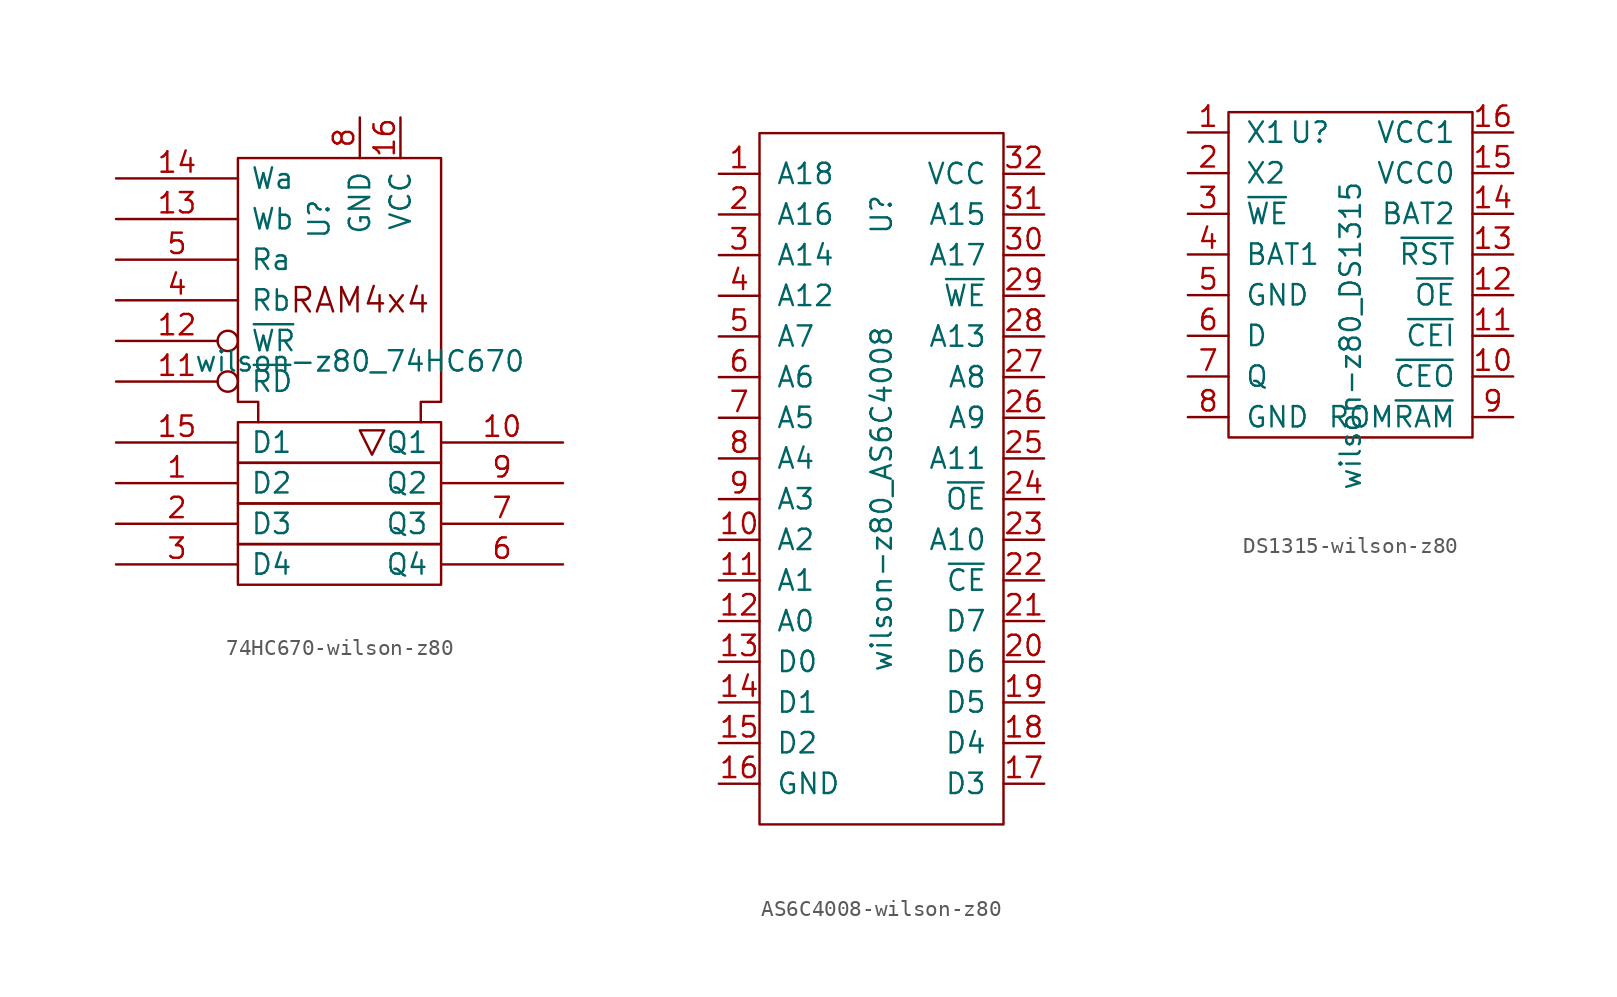
<source format=kicad_sym>
(kicad_symbol_lib
  (version 20220914)
  (generator kicad_symbol_editor)
  (symbol "74HC670-wilson-z80"
    (pin_names
      (offset 0.762))
    (property "Reference" "U"
      (at -1.27 10.16 90)
      (effects (font (size 1.27 1.27))))
    (property "Value" "wilson-z80_74HC670"
      (at 1.27 1.27 0)
      (effects (font (size 1.27 1.27))))
    (symbol "74HC670-wilson-z80_0_0"
      (rectangle (start -6.35 -10.16) (end 6.35 -12.7) (stroke (width 0) (type solid)) (fill (type none)))
      (rectangle (start -6.35 -7.62) (end 6.35 -10.16) (stroke (width 0) (type solid)) (fill (type none)))
      (rectangle (start -6.35 -5.08) (end 6.35 -7.62) (stroke (width 0) (type solid)) (fill (type none)))
      (polyline (pts (xy 2.794 -3.048) (xy 1.27 -3.048) (xy 2.032 -4.572) (xy 2.794 -3.048) (xy 2.794 -3.048)) (stroke (width 0) (type solid)) (fill (type none)))
      (polyline (pts (xy -5.08 -2.54) (xy -5.08 -1.27) (xy -6.35 -1.27) (xy -6.35 13.97) (xy 6.35 13.97) (xy 6.35 -1.27) (xy 5.08 -1.27) (xy 5.08 -2.54) (xy 5.08 -2.54)) (stroke (width 0) (type solid)) (fill (type none)))
      (text "RAM4x4" (at 1.27 5.08 0) (effects (font (size 1.524 1.524))))
      (pin power_in line (at 3.81 16.51 270) (length 2.54) (name "VCC" (effects (font (size 1.27 1.27)))) (number "16" (effects (font (size 1.27 1.27)))))
      (pin power_in line (at 1.27 16.51 270) (length 2.54) (name "GND" (effects (font (size 1.27 1.27)))) (number "8" (effects (font (size 1.27 1.27))))))
    (symbol "74HC670-wilson-z80_0_1"
      (rectangle (start -6.35 -2.54) (end 6.35 -5.08) (stroke (width 0) (type solid)) (fill (type none))))
    (symbol "74HC670-wilson-z80_1_1"
      (pin input line (at -13.97 -6.35 0) (length 7.62) (name "D2" (effects (font (size 1.27 1.27)))) (number "1" (effects (font (size 1.27 1.27)))))
      (pin tri_state line (at 13.97 -3.81 180) (length 7.62) (name "Q1" (effects (font (size 1.27 1.27)))) (number "10" (effects (font (size 1.27 1.27)))))
      (pin input inverted (at -13.97 0 0) (length 7.62) (name "~{RD}" (effects (font (size 1.27 1.27)))) (number "11" (effects (font (size 1.27 1.27)))))
      (pin input inverted (at -13.97 2.54 0) (length 7.62) (name "~{WR}" (effects (font (size 1.27 1.27)))) (number "12" (effects (font (size 1.27 1.27)))))
      (pin input line (at -13.97 10.16 0) (length 7.62) (name "Wb" (effects (font (size 1.27 1.27)))) (number "13" (effects (font (size 1.27 1.27)))))
      (pin input line (at -13.97 12.7 0) (length 7.62) (name "Wa" (effects (font (size 1.27 1.27)))) (number "14" (effects (font (size 1.27 1.27)))))
      (pin input line (at -13.97 -3.81 0) (length 7.62) (name "D1" (effects (font (size 1.27 1.27)))) (number "15" (effects (font (size 1.27 1.27)))))
      (pin input line (at -13.97 -8.89 0) (length 7.62) (name "D3" (effects (font (size 1.27 1.27)))) (number "2" (effects (font (size 1.27 1.27)))))
      (pin input line (at -13.97 -11.43 0) (length 7.62) (name "D4" (effects (font (size 1.27 1.27)))) (number "3" (effects (font (size 1.27 1.27)))))
      (pin input line (at -13.97 5.08 0) (length 7.62) (name "Rb" (effects (font (size 1.27 1.27)))) (number "4" (effects (font (size 1.27 1.27)))))
      (pin input line (at -13.97 7.62 0) (length 7.62) (name "Ra" (effects (font (size 1.27 1.27)))) (number "5" (effects (font (size 1.27 1.27)))))
      (pin tri_state line (at 13.97 -11.43 180) (length 7.62) (name "Q4" (effects (font (size 1.27 1.27)))) (number "6" (effects (font (size 1.27 1.27)))))
      (pin tri_state line (at 13.97 -8.89 180) (length 7.62) (name "Q3" (effects (font (size 1.27 1.27)))) (number "7" (effects (font (size 1.27 1.27)))))
      (pin tri_state line (at 13.97 -6.35 180) (length 7.62) (name "Q2" (effects (font (size 1.27 1.27)))) (number "9" (effects (font (size 1.27 1.27)))))))
  (symbol "AS6C4008-wilson-z80"
    (pin_names
      (offset 1.016))
    (property "Reference" "U"
      (at 0 17.78 90)
      (effects (font (size 1.27 1.27))))
    (property "Value" "wilson-z80_AS6C4008"
      (at 0 0 90)
      (effects (font (size 1.27 1.27))))
    (symbol "AS6C4008-wilson-z80_0_1"
      (rectangle (start -7.62 22.86) (end 7.62 -20.32) (stroke (width 0) (type solid)) (fill (type none))))
    (symbol "AS6C4008-wilson-z80_1_1"
      (pin input line (at -10.16 20.32 0) (length 2.54) (name "A18" (effects (font (size 1.27 1.27)))) (number "1" (effects (font (size 1.27 1.27)))))
      (pin input line (at -10.16 -2.54 0) (length 2.54) (name "A2" (effects (font (size 1.27 1.27)))) (number "10" (effects (font (size 1.27 1.27)))))
      (pin input line (at -10.16 -5.08 0) (length 2.54) (name "A1" (effects (font (size 1.27 1.27)))) (number "11" (effects (font (size 1.27 1.27)))))
      (pin input line (at -10.16 -7.62 0) (length 2.54) (name "A0" (effects (font (size 1.27 1.27)))) (number "12" (effects (font (size 1.27 1.27)))))
      (pin bidirectional line (at -10.16 -10.16 0) (length 2.54) (name "D0" (effects (font (size 1.27 1.27)))) (number "13" (effects (font (size 1.27 1.27)))))
      (pin bidirectional line (at -10.16 -12.7 0) (length 2.54) (name "D1" (effects (font (size 1.27 1.27)))) (number "14" (effects (font (size 1.27 1.27)))))
      (pin bidirectional line (at -10.16 -15.24 0) (length 2.54) (name "D2" (effects (font (size 1.27 1.27)))) (number "15" (effects (font (size 1.27 1.27)))))
      (pin power_in line (at -10.16 -17.78 0) (length 2.54) (name "GND" (effects (font (size 1.27 1.27)))) (number "16" (effects (font (size 1.27 1.27)))))
      (pin bidirectional line (at 10.16 -17.78 180) (length 2.54) (name "D3" (effects (font (size 1.27 1.27)))) (number "17" (effects (font (size 1.27 1.27)))))
      (pin bidirectional line (at 10.16 -15.24 180) (length 2.54) (name "D4" (effects (font (size 1.27 1.27)))) (number "18" (effects (font (size 1.27 1.27)))))
      (pin bidirectional line (at 10.16 -12.7 180) (length 2.54) (name "D5" (effects (font (size 1.27 1.27)))) (number "19" (effects (font (size 1.27 1.27)))))
      (pin input line (at -10.16 17.78 0) (length 2.54) (name "A16" (effects (font (size 1.27 1.27)))) (number "2" (effects (font (size 1.27 1.27)))))
      (pin bidirectional line (at 10.16 -10.16 180) (length 2.54) (name "D6" (effects (font (size 1.27 1.27)))) (number "20" (effects (font (size 1.27 1.27)))))
      (pin bidirectional line (at 10.16 -7.62 180) (length 2.54) (name "D7" (effects (font (size 1.27 1.27)))) (number "21" (effects (font (size 1.27 1.27)))))
      (pin input line (at 10.16 -5.08 180) (length 2.54) (name "~{CE}" (effects (font (size 1.27 1.27)))) (number "22" (effects (font (size 1.27 1.27)))))
      (pin input line (at 10.16 -2.54 180) (length 2.54) (name "A10" (effects (font (size 1.27 1.27)))) (number "23" (effects (font (size 1.27 1.27)))))
      (pin input line (at 10.16 0 180) (length 2.54) (name "~{OE}" (effects (font (size 1.27 1.27)))) (number "24" (effects (font (size 1.27 1.27)))))
      (pin input line (at 10.16 2.54 180) (length 2.54) (name "A11" (effects (font (size 1.27 1.27)))) (number "25" (effects (font (size 1.27 1.27)))))
      (pin input line (at 10.16 5.08 180) (length 2.54) (name "A9" (effects (font (size 1.27 1.27)))) (number "26" (effects (font (size 1.27 1.27)))))
      (pin input line (at 10.16 7.62 180) (length 2.54) (name "A8" (effects (font (size 1.27 1.27)))) (number "27" (effects (font (size 1.27 1.27)))))
      (pin input line (at 10.16 10.16 180) (length 2.54) (name "A13" (effects (font (size 1.27 1.27)))) (number "28" (effects (font (size 1.27 1.27)))))
      (pin input line (at 10.16 12.7 180) (length 2.54) (name "~{WE}" (effects (font (size 1.27 1.27)))) (number "29" (effects (font (size 1.27 1.27)))))
      (pin input line (at -10.16 15.24 0) (length 2.54) (name "A14" (effects (font (size 1.27 1.27)))) (number "3" (effects (font (size 1.27 1.27)))))
      (pin input line (at 10.16 15.24 180) (length 2.54) (name "A17" (effects (font (size 1.27 1.27)))) (number "30" (effects (font (size 1.27 1.27)))))
      (pin input line (at 10.16 17.78 180) (length 2.54) (name "A15" (effects (font (size 1.27 1.27)))) (number "31" (effects (font (size 1.27 1.27)))))
      (pin power_in line (at 10.16 20.32 180) (length 2.54) (name "VCC" (effects (font (size 1.27 1.27)))) (number "32" (effects (font (size 1.27 1.27)))))
      (pin input line (at -10.16 12.7 0) (length 2.54) (name "A12" (effects (font (size 1.27 1.27)))) (number "4" (effects (font (size 1.27 1.27)))))
      (pin input line (at -10.16 10.16 0) (length 2.54) (name "A7" (effects (font (size 1.27 1.27)))) (number "5" (effects (font (size 1.27 1.27)))))
      (pin input line (at -10.16 7.62 0) (length 2.54) (name "A6" (effects (font (size 1.27 1.27)))) (number "6" (effects (font (size 1.27 1.27)))))
      (pin input line (at -10.16 5.08 0) (length 2.54) (name "A5" (effects (font (size 1.27 1.27)))) (number "7" (effects (font (size 1.27 1.27)))))
      (pin input line (at -10.16 2.54 0) (length 2.54) (name "A4" (effects (font (size 1.27 1.27)))) (number "8" (effects (font (size 1.27 1.27)))))
      (pin input line (at -10.16 0 0) (length 2.54) (name "A3" (effects (font (size 1.27 1.27)))) (number "9" (effects (font (size 1.27 1.27)))))))
  (symbol "DS1315-wilson-z80"
    (pin_names
      (offset 1.016))
    (property "Reference" "U"
      (at -2.54 8.89 0)
      (effects (font (size 1.27 1.27))))
    (property "Value" "wilson-z80_DS1315"
      (at 0 -3.81 90)
      (effects (font (size 1.27 1.27))))
    (symbol "DS1315-wilson-z80_0_1"
      (rectangle (start -7.62 10.16) (end 7.62 -10.16) (stroke (width 0) (type solid)) (fill (type none))))
    (symbol "DS1315-wilson-z80_1_1"
      (pin input line (at -10.16 8.89 0) (length 2.54) (name "X1" (effects (font (size 1.27 1.27)))) (number "1" (effects (font (size 1.27 1.27)))))
      (pin input line (at 10.16 -6.35 180) (length 2.54) (name "~{CEO}" (effects (font (size 1.27 1.27)))) (number "10" (effects (font (size 1.27 1.27)))))
      (pin input line (at 10.16 -3.81 180) (length 2.54) (name "~{CEI}" (effects (font (size 1.27 1.27)))) (number "11" (effects (font (size 1.27 1.27)))))
      (pin input line (at 10.16 -1.27 180) (length 2.54) (name "~{OE}" (effects (font (size 1.27 1.27)))) (number "12" (effects (font (size 1.27 1.27)))))
      (pin input line (at 10.16 1.27 180) (length 2.54) (name "~{RST}" (effects (font (size 1.27 1.27)))) (number "13" (effects (font (size 1.27 1.27)))))
      (pin input line (at 10.16 3.81 180) (length 2.54) (name "BAT2" (effects (font (size 1.27 1.27)))) (number "14" (effects (font (size 1.27 1.27)))))
      (pin input line (at 10.16 6.35 180) (length 2.54) (name "VCC0" (effects (font (size 1.27 1.27)))) (number "15" (effects (font (size 1.27 1.27)))))
      (pin input line (at 10.16 8.89 180) (length 2.54) (name "VCC1" (effects (font (size 1.27 1.27)))) (number "16" (effects (font (size 1.27 1.27)))))
      (pin input line (at -10.16 6.35 0) (length 2.54) (name "X2" (effects (font (size 1.27 1.27)))) (number "2" (effects (font (size 1.27 1.27)))))
      (pin input line (at -10.16 3.81 0) (length 2.54) (name "~{WE}" (effects (font (size 1.27 1.27)))) (number "3" (effects (font (size 1.27 1.27)))))
      (pin input line (at -10.16 1.27 0) (length 2.54) (name "BAT1" (effects (font (size 1.27 1.27)))) (number "4" (effects (font (size 1.27 1.27)))))
      (pin input line (at -10.16 -1.27 0) (length 2.54) (name "GND" (effects (font (size 1.27 1.27)))) (number "5" (effects (font (size 1.27 1.27)))))
      (pin input line (at -10.16 -3.81 0) (length 2.54) (name "D" (effects (font (size 1.27 1.27)))) (number "6" (effects (font (size 1.27 1.27)))))
      (pin input line (at -10.16 -6.35 0) (length 2.54) (name "Q" (effects (font (size 1.27 1.27)))) (number "7" (effects (font (size 1.27 1.27)))))
      (pin input line (at -10.16 -8.89 0) (length 2.54) (name "GND" (effects (font (size 1.27 1.27)))) (number "8" (effects (font (size 1.27 1.27)))))
      (pin input line (at 10.16 -8.89 180) (length 2.54) (name "ROM~{RAM}" (effects (font (size 1.27 1.27)))) (number "9" (effects (font (size 1.27 1.27))))))))
</source>
